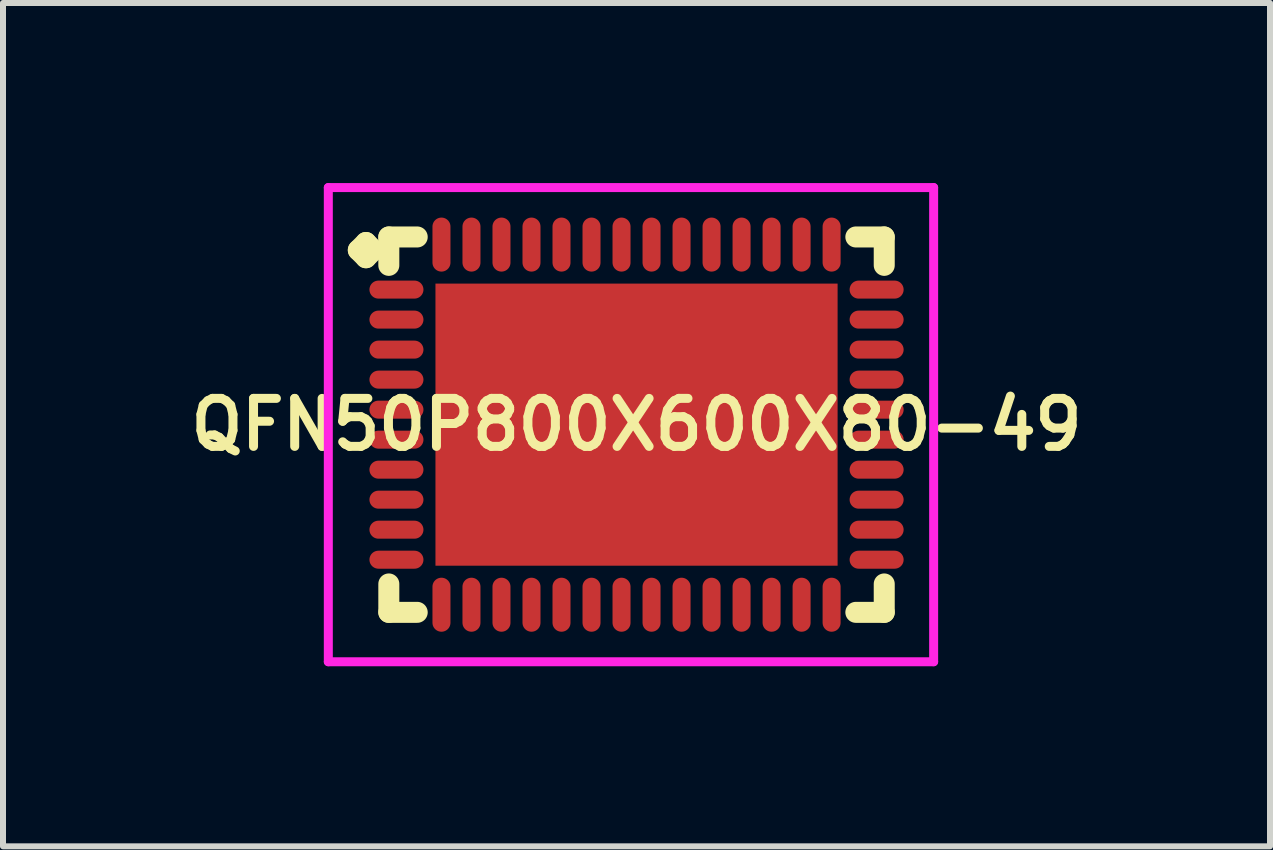
<source format=kicad_pcb>
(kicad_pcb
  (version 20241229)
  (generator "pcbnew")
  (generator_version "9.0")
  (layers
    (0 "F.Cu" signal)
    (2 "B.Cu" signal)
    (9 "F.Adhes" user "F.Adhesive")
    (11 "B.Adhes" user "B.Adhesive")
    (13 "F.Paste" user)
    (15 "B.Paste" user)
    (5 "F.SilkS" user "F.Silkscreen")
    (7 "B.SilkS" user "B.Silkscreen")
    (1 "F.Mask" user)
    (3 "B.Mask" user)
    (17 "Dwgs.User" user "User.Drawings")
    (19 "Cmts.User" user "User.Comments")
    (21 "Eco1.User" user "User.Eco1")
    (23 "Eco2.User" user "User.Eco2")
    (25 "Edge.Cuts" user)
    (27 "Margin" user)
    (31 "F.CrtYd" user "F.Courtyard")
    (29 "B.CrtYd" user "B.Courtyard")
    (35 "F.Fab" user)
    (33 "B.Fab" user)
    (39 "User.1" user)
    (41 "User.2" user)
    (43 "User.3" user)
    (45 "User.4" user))
  (footprint "QFN50P800X600X80-49"
    (layer "F.Cu")
    (at 7.555 4.025)
    (property "Reference" "QFN50P800X600X80-49" (at 0 0 0) (layer "F.SilkS") (effects (font (size 0.8 0.8) (thickness 0.15))))
    (attr smd)
    (fp_line (start -4.635 -2.908) (end -4.508 -3.035) (stroke (width 0.35) (type solid)) (layer "F.SilkS"))
    (fp_line (start -4.508 -3.035) (end -4.381 -2.908) (stroke (width 0.35) (type solid)) (layer "F.SilkS"))
    (fp_line (start -4.508 -2.781) (end -4.635 -2.908) (stroke (width 0.35) (type solid)) (layer "F.SilkS"))
    (fp_line (start -4.381 -2.908) (end -4.508 -2.781) (stroke (width 0.35) (type solid)) (layer "F.SilkS"))
    (fp_line (start -4.127 -3.127) (end -3.654 -3.127) (stroke (width 0.35) (type solid)) (layer "F.SilkS"))
    (fp_line (start -4.127 -2.654) (end -4.127 -3.127) (stroke (width 0.35) (type solid)) (layer "F.SilkS"))
    (fp_line (start -4.127 2.654) (end -4.127 3.127) (stroke (width 0.35) (type solid)) (layer "F.SilkS"))
    (fp_line (start -4.127 3.127) (end -3.654 3.127) (stroke (width 0.35) (type solid)) (layer "F.SilkS"))
    (fp_line (start 3.654 -3.127) (end 4.127 -3.127) (stroke (width 0.35) (type solid)) (layer "F.SilkS"))
    (fp_line (start 3.654 3.127) (end 4.127 3.127) (stroke (width 0.35) (type solid)) (layer "F.SilkS"))
    (fp_line (start 4.127 -3.127) (end 4.127 -2.654) (stroke (width 0.35) (type solid)) (layer "F.SilkS"))
    (fp_line (start 4.127 3.127) (end 4.127 2.654) (stroke (width 0.35) (type solid)) (layer "F.SilkS"))
    (fp_line (start -5.135 -3.95) (end 4.95 -3.95) (stroke (width 0.15) (type solid)) (layer "F.CrtYd"))
    (fp_line (start -5.135 3.95) (end -5.135 -3.95) (stroke (width 0.15) (type solid)) (layer "F.CrtYd"))
    (fp_line (start 4.95 -3.95) (end 4.95 3.95) (stroke (width 0.15) (type solid)) (layer "F.CrtYd"))
    (fp_line (start 4.95 3.95) (end -5.135 3.95) (stroke (width 0.15) (type solid)) (layer "F.CrtYd"))
    (pad "1" smd oval (at -4 -2.25) (size 0.9 0.3) (layers "F.Cu" "F.Mask" "F.Paste"))
    (pad "2" smd oval (at -4 -1.75) (size 0.9 0.3) (layers "F.Cu" "F.Mask" "F.Paste"))
    (pad "3" smd oval (at -4 -1.25) (size 0.9 0.3) (layers "F.Cu" "F.Mask" "F.Paste"))
    (pad "4" smd oval (at -4 -0.75) (size 0.9 0.3) (layers "F.Cu" "F.Mask" "F.Paste"))
    (pad "5" smd oval (at -4 -0.25) (size 0.9 0.3) (layers "F.Cu" "F.Mask" "F.Paste"))
    (pad "6" smd oval (at -4 0.25) (size 0.9 0.3) (layers "F.Cu" "F.Mask" "F.Paste"))
    (pad "7" smd oval (at -4 0.75) (size 0.9 0.3) (layers "F.Cu" "F.Mask" "F.Paste"))
    (pad "8" smd oval (at -4 1.25) (size 0.9 0.3) (layers "F.Cu" "F.Mask" "F.Paste"))
    (pad "9" smd oval (at -4 1.75) (size 0.9 0.3) (layers "F.Cu" "F.Mask" "F.Paste"))
    (pad "10" smd oval (at -4 2.25) (size 0.9 0.3) (layers "F.Cu" "F.Mask" "F.Paste"))
    (pad "11" smd oval (at -3.25 3) (size 0.3 0.9) (layers "F.Cu" "F.Mask" "F.Paste"))
    (pad "12" smd oval (at -2.75 3) (size 0.3 0.9) (layers "F.Cu" "F.Mask" "F.Paste"))
    (pad "13" smd oval (at -2.25 3) (size 0.3 0.9) (layers "F.Cu" "F.Mask" "F.Paste"))
    (pad "14" smd oval (at -1.75 3) (size 0.3 0.9) (layers "F.Cu" "F.Mask" "F.Paste"))
    (pad "15" smd oval (at -1.25 3) (size 0.3 0.9) (layers "F.Cu" "F.Mask" "F.Paste"))
    (pad "16" smd oval (at -0.75 3) (size 0.3 0.9) (layers "F.Cu" "F.Mask" "F.Paste"))
    (pad "17" smd oval (at -0.25 3) (size 0.3 0.9) (layers "F.Cu" "F.Mask" "F.Paste"))
    (pad "18" smd oval (at 0.25 3) (size 0.3 0.9) (layers "F.Cu" "F.Mask" "F.Paste"))
    (pad "19" smd oval (at 0.75 3) (size 0.3 0.9) (layers "F.Cu" "F.Mask" "F.Paste"))
    (pad "20" smd oval (at 1.25 3) (size 0.3 0.9) (layers "F.Cu" "F.Mask" "F.Paste"))
    (pad "21" smd oval (at 1.75 3) (size 0.3 0.9) (layers "F.Cu" "F.Mask" "F.Paste"))
    (pad "22" smd oval (at 2.25 3) (size 0.3 0.9) (layers "F.Cu" "F.Mask" "F.Paste"))
    (pad "23" smd oval (at 2.75 3) (size 0.3 0.9) (layers "F.Cu" "F.Mask" "F.Paste"))
    (pad "24" smd oval (at 3.25 3) (size 0.3 0.9) (layers "F.Cu" "F.Mask" "F.Paste"))
    (pad "25" smd oval (at 4 2.25) (size 0.9 0.3) (layers "F.Cu" "F.Mask" "F.Paste"))
    (pad "26" smd oval (at 4 1.75) (size 0.9 0.3) (layers "F.Cu" "F.Mask" "F.Paste"))
    (pad "27" smd oval (at 4 1.25) (size 0.9 0.3) (layers "F.Cu" "F.Mask" "F.Paste"))
    (pad "28" smd oval (at 4 0.75) (size 0.9 0.3) (layers "F.Cu" "F.Mask" "F.Paste"))
    (pad "29" smd oval (at 4 0.25) (size 0.9 0.3) (layers "F.Cu" "F.Mask" "F.Paste"))
    (pad "30" smd oval (at 4 -0.25) (size 0.9 0.3) (layers "F.Cu" "F.Mask" "F.Paste"))
    (pad "31" smd oval (at 4 -0.75) (size 0.9 0.3) (layers "F.Cu" "F.Mask" "F.Paste"))
    (pad "32" smd oval (at 4 -1.25) (size 0.9 0.3) (layers "F.Cu" "F.Mask" "F.Paste"))
    (pad "33" smd oval (at 4 -1.75) (size 0.9 0.3) (layers "F.Cu" "F.Mask" "F.Paste"))
    (pad "34" smd oval (at 4 -2.25) (size 0.9 0.3) (layers "F.Cu" "F.Mask" "F.Paste"))
    (pad "35" smd oval (at 3.25 -3) (size 0.3 0.9) (layers "F.Cu" "F.Mask" "F.Paste"))
    (pad "36" smd oval (at 2.75 -3) (size 0.3 0.9) (layers "F.Cu" "F.Mask" "F.Paste"))
    (pad "37" smd oval (at 2.25 -3) (size 0.3 0.9) (layers "F.Cu" "F.Mask" "F.Paste"))
    (pad "38" smd oval (at 1.75 -3) (size 0.3 0.9) (layers "F.Cu" "F.Mask" "F.Paste"))
    (pad "39" smd oval (at 1.25 -3) (size 0.3 0.9) (layers "F.Cu" "F.Mask" "F.Paste"))
    (pad "40" smd oval (at 0.75 -3) (size 0.3 0.9) (layers "F.Cu" "F.Mask" "F.Paste"))
    (pad "41" smd oval (at 0.25 -3) (size 0.3 0.9) (layers "F.Cu" "F.Mask" "F.Paste"))
    (pad "42" smd oval (at -0.25 -3) (size 0.3 0.9) (layers "F.Cu" "F.Mask" "F.Paste"))
    (pad "43" smd oval (at -0.75 -3) (size 0.3 0.9) (layers "F.Cu" "F.Mask" "F.Paste"))
    (pad "44" smd oval (at -1.25 -3) (size 0.3 0.9) (layers "F.Cu" "F.Mask" "F.Paste"))
    (pad "45" smd oval (at -1.75 -3) (size 0.3 0.9) (layers "F.Cu" "F.Mask" "F.Paste"))
    (pad "46" smd oval (at -2.25 -3) (size 0.3 0.9) (layers "F.Cu" "F.Mask" "F.Paste"))
    (pad "47" smd oval (at -2.75 -3) (size 0.3 0.9) (layers "F.Cu" "F.Mask" "F.Paste"))
    (pad "48" smd oval (at -3.25 -3) (size 0.3 0.9) (layers "F.Cu" "F.Mask" "F.Paste"))
    (pad "49" smd rect (at 0 0) (size 6.7 4.7) (layers "F.Cu" "F.Mask" "F.Paste")))
  (gr_rect
    (start -3 -3)
    (end 18.109 11.05)
    (stroke (width 0.1) (type default))
    (fill no)
    (layer "Edge.Cuts")))
</source>
